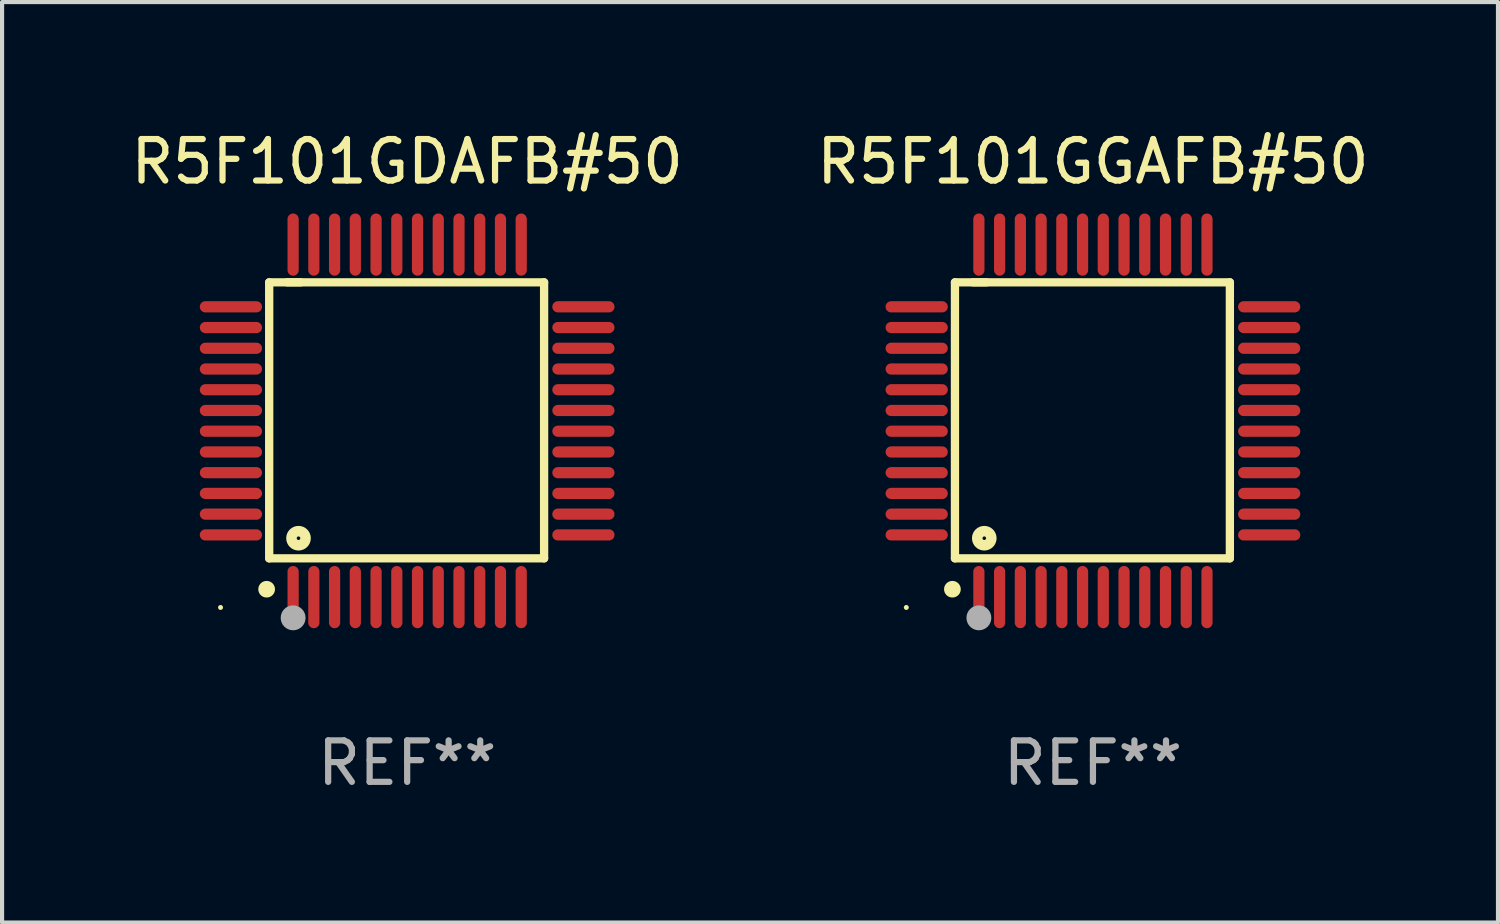
<source format=kicad_pcb>
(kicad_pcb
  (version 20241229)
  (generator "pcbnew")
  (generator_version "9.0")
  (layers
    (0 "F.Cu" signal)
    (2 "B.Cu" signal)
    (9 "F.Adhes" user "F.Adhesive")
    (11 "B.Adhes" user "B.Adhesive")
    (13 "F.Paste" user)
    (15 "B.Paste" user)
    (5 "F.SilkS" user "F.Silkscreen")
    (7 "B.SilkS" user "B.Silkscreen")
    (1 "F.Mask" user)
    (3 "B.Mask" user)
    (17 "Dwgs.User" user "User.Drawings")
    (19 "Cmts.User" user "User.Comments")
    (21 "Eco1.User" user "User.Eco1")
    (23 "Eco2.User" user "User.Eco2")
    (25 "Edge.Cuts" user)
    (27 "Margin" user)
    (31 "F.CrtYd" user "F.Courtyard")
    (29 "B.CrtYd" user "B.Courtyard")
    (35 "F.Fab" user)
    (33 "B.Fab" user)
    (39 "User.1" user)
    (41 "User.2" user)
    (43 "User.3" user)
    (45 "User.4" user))
  (footprint "R5F101GDAFB#50"
    (layer "F.Cu")
    (at 6.768 7.098)
    (property "Reference" "R5F101GDAFB#50" (at 0 -6.25 0) (layer "F.SilkS") (effects (font (size 1 1) (thickness 0.15))))
    (attr through_hole)
    (fp_line (start -3.327 -3.34) (end -2.565 -3.34) (stroke (width 0.2) (type solid)) (layer "F.SilkS"))
    (fp_line (start -3.327 3.315) (end -3.327 -3.34) (stroke (width 0.2) (type solid)) (layer "F.SilkS"))
    (fp_line (start -2.896 -3.34) (end 3.302 -3.34) (stroke (width 0.2) (type solid)) (layer "F.SilkS"))
    (fp_line (start 3.302 -3.34) (end 3.302 3.315) (stroke (width 0.2) (type solid)) (layer "F.SilkS"))
    (fp_line (start 3.302 3.315) (end -3.327 3.315) (stroke (width 0.2) (type solid)) (layer "F.SilkS"))
    (fp_arc (start -3.389992 4.059995) (mid -3.388722 4.059991) (end -3.387452 4.059995) (stroke (width 0.4) (type solid)) (layer "F.SilkS"))
    (fp_circle (center -4.5 4.5) (end -4.47 4.5) (stroke (width 0.06) (type solid)) (fill no) (layer "F.SilkS"))
    (fp_circle (center -2.62 2.83) (end -2.45 2.83) (stroke (width 0.254) (type solid)) (fill no) (layer "F.SilkS"))
    (fp_circle (center -2.75 4.75) (end -2.6 4.75) (stroke (width 0.3) (type solid)) (fill no) (layer "F.Fab"))
    (fp_text user "REF**" (at 0 8.25 0) (layer "F.Fab") (effects (font (size 1 1) (thickness 0.15))))
    (pad "1" smd oval (at -2.75 4.25) (size 0.27 1.5) (layers "F.Cu" "F.Mask" "F.Paste"))
    (pad "2" smd oval (at -2.25 4.25) (size 0.27 1.5) (layers "F.Cu" "F.Mask" "F.Paste"))
    (pad "3" smd oval (at -1.75 4.25) (size 0.27 1.5) (layers "F.Cu" "F.Mask" "F.Paste"))
    (pad "4" smd oval (at -1.25 4.25) (size 0.27 1.5) (layers "F.Cu" "F.Mask" "F.Paste"))
    (pad "5" smd oval (at -0.75 4.25) (size 0.27 1.5) (layers "F.Cu" "F.Mask" "F.Paste"))
    (pad "6" smd oval (at -0.25 4.25) (size 0.27 1.5) (layers "F.Cu" "F.Mask" "F.Paste"))
    (pad "7" smd oval (at 0.25 4.25) (size 0.27 1.5) (layers "F.Cu" "F.Mask" "F.Paste"))
    (pad "8" smd oval (at 0.75 4.25) (size 0.27 1.5) (layers "F.Cu" "F.Mask" "F.Paste"))
    (pad "9" smd oval (at 1.25 4.25) (size 0.27 1.5) (layers "F.Cu" "F.Mask" "F.Paste"))
    (pad "10" smd oval (at 1.75 4.25) (size 0.27 1.5) (layers "F.Cu" "F.Mask" "F.Paste"))
    (pad "11" smd oval (at 2.25 4.25) (size 0.27 1.5) (layers "F.Cu" "F.Mask" "F.Paste"))
    (pad "12" smd oval (at 2.75 4.25) (size 0.27 1.5) (layers "F.Cu" "F.Mask" "F.Paste"))
    (pad "13" smd oval (at 4.25 2.75) (size 1.5 0.27) (layers "F.Cu" "F.Mask" "F.Paste"))
    (pad "14" smd oval (at 4.25 2.25) (size 1.5 0.27) (layers "F.Cu" "F.Mask" "F.Paste"))
    (pad "15" smd oval (at 4.25 1.75) (size 1.5 0.27) (layers "F.Cu" "F.Mask" "F.Paste"))
    (pad "16" smd oval (at 4.25 1.25) (size 1.5 0.27) (layers "F.Cu" "F.Mask" "F.Paste"))
    (pad "17" smd oval (at 4.25 0.75) (size 1.5 0.27) (layers "F.Cu" "F.Mask" "F.Paste"))
    (pad "18" smd oval (at 4.25 0.25) (size 1.5 0.27) (layers "F.Cu" "F.Mask" "F.Paste"))
    (pad "19" smd oval (at 4.25 -0.25) (size 1.5 0.27) (layers "F.Cu" "F.Mask" "F.Paste"))
    (pad "20" smd oval (at 4.25 -0.75) (size 1.5 0.27) (layers "F.Cu" "F.Mask" "F.Paste"))
    (pad "21" smd oval (at 4.25 -1.25) (size 1.5 0.27) (layers "F.Cu" "F.Mask" "F.Paste"))
    (pad "22" smd oval (at 4.25 -1.75) (size 1.5 0.27) (layers "F.Cu" "F.Mask" "F.Paste"))
    (pad "23" smd oval (at 4.25 -2.25) (size 1.5 0.27) (layers "F.Cu" "F.Mask" "F.Paste"))
    (pad "24" smd oval (at 4.25 -2.75) (size 1.5 0.27) (layers "F.Cu" "F.Mask" "F.Paste"))
    (pad "25" smd oval (at 2.75 -4.25) (size 0.27 1.5) (layers "F.Cu" "F.Mask" "F.Paste"))
    (pad "26" smd oval (at 2.25 -4.25) (size 0.27 1.5) (layers "F.Cu" "F.Mask" "F.Paste"))
    (pad "27" smd oval (at 1.75 -4.25) (size 0.27 1.5) (layers "F.Cu" "F.Mask" "F.Paste"))
    (pad "28" smd oval (at 1.25 -4.25) (size 0.27 1.5) (layers "F.Cu" "F.Mask" "F.Paste"))
    (pad "29" smd oval (at 0.75 -4.25) (size 0.27 1.5) (layers "F.Cu" "F.Mask" "F.Paste"))
    (pad "30" smd oval (at 0.25 -4.25) (size 0.27 1.5) (layers "F.Cu" "F.Mask" "F.Paste"))
    (pad "31" smd oval (at -0.25 -4.25) (size 0.27 1.5) (layers "F.Cu" "F.Mask" "F.Paste"))
    (pad "32" smd oval (at -0.75 -4.25) (size 0.27 1.5) (layers "F.Cu" "F.Mask" "F.Paste"))
    (pad "33" smd oval (at -1.25 -4.25) (size 0.27 1.5) (layers "F.Cu" "F.Mask" "F.Paste"))
    (pad "34" smd oval (at -1.75 -4.25) (size 0.27 1.5) (layers "F.Cu" "F.Mask" "F.Paste"))
    (pad "35" smd oval (at -2.25 -4.25) (size 0.27 1.5) (layers "F.Cu" "F.Mask" "F.Paste"))
    (pad "36" smd oval (at -2.75 -4.25) (size 0.27 1.5) (layers "F.Cu" "F.Mask" "F.Paste"))
    (pad "37" smd oval (at -4.25 -2.75) (size 1.5 0.27) (layers "F.Cu" "F.Mask" "F.Paste"))
    (pad "38" smd oval (at -4.25 -2.25) (size 1.5 0.27) (layers "F.Cu" "F.Mask" "F.Paste"))
    (pad "39" smd oval (at -4.25 -1.75) (size 1.5 0.27) (layers "F.Cu" "F.Mask" "F.Paste"))
    (pad "40" smd oval (at -4.25 -1.25) (size 1.5 0.27) (layers "F.Cu" "F.Mask" "F.Paste"))
    (pad "41" smd oval (at -4.25 -0.75) (size 1.5 0.27) (layers "F.Cu" "F.Mask" "F.Paste"))
    (pad "42" smd oval (at -4.25 -0.25) (size 1.5 0.27) (layers "F.Cu" "F.Mask" "F.Paste"))
    (pad "43" smd oval (at -4.25 0.25) (size 1.5 0.27) (layers "F.Cu" "F.Mask" "F.Paste"))
    (pad "44" smd oval (at -4.25 0.75) (size 1.5 0.27) (layers "F.Cu" "F.Mask" "F.Paste"))
    (pad "45" smd oval (at -4.25 1.25) (size 1.5 0.27) (layers "F.Cu" "F.Mask" "F.Paste"))
    (pad "46" smd oval (at -4.25 1.75) (size 1.5 0.27) (layers "F.Cu" "F.Mask" "F.Paste"))
    (pad "47" smd oval (at -4.25 2.25) (size 1.5 0.27) (layers "F.Cu" "F.Mask" "F.Paste"))
    (pad "48" smd oval (at -4.25 2.75) (size 1.5 0.27) (layers "F.Cu" "F.Mask" "F.Paste")))
  (footprint "R5F101GGAFB#50"
    (layer "F.Cu")
    (at 23.304 7.098)
    (property "Reference" "R5F101GGAFB#50" (at 0 -6.25 0) (layer "F.SilkS") (effects (font (size 1 1) (thickness 0.15))))
    (attr through_hole)
    (fp_line (start -3.327 -3.34) (end -2.565 -3.34) (stroke (width 0.2) (type solid)) (layer "F.SilkS"))
    (fp_line (start -3.327 3.315) (end -3.327 -3.34) (stroke (width 0.2) (type solid)) (layer "F.SilkS"))
    (fp_line (start -2.896 -3.34) (end 3.302 -3.34) (stroke (width 0.2) (type solid)) (layer "F.SilkS"))
    (fp_line (start 3.302 -3.34) (end 3.302 3.315) (stroke (width 0.2) (type solid)) (layer "F.SilkS"))
    (fp_line (start 3.302 3.315) (end -3.327 3.315) (stroke (width 0.2) (type solid)) (layer "F.SilkS"))
    (fp_arc (start -3.389992 4.059995) (mid -3.388722 4.059991) (end -3.387452 4.059995) (stroke (width 0.4) (type solid)) (layer "F.SilkS"))
    (fp_circle (center -4.5 4.5) (end -4.47 4.5) (stroke (width 0.06) (type solid)) (fill no) (layer "F.SilkS"))
    (fp_circle (center -2.62 2.83) (end -2.45 2.83) (stroke (width 0.254) (type solid)) (fill no) (layer "F.SilkS"))
    (fp_circle (center -2.75 4.75) (end -2.6 4.75) (stroke (width 0.3) (type solid)) (fill no) (layer "F.Fab"))
    (fp_text user "REF**" (at 0 8.25 0) (layer "F.Fab") (effects (font (size 1 1) (thickness 0.15))))
    (pad "1" smd oval (at -2.75 4.25) (size 0.27 1.5) (layers "F.Cu" "F.Mask" "F.Paste"))
    (pad "2" smd oval (at -2.25 4.25) (size 0.27 1.5) (layers "F.Cu" "F.Mask" "F.Paste"))
    (pad "3" smd oval (at -1.75 4.25) (size 0.27 1.5) (layers "F.Cu" "F.Mask" "F.Paste"))
    (pad "4" smd oval (at -1.25 4.25) (size 0.27 1.5) (layers "F.Cu" "F.Mask" "F.Paste"))
    (pad "5" smd oval (at -0.75 4.25) (size 0.27 1.5) (layers "F.Cu" "F.Mask" "F.Paste"))
    (pad "6" smd oval (at -0.25 4.25) (size 0.27 1.5) (layers "F.Cu" "F.Mask" "F.Paste"))
    (pad "7" smd oval (at 0.25 4.25) (size 0.27 1.5) (layers "F.Cu" "F.Mask" "F.Paste"))
    (pad "8" smd oval (at 0.75 4.25) (size 0.27 1.5) (layers "F.Cu" "F.Mask" "F.Paste"))
    (pad "9" smd oval (at 1.25 4.25) (size 0.27 1.5) (layers "F.Cu" "F.Mask" "F.Paste"))
    (pad "10" smd oval (at 1.75 4.25) (size 0.27 1.5) (layers "F.Cu" "F.Mask" "F.Paste"))
    (pad "11" smd oval (at 2.25 4.25) (size 0.27 1.5) (layers "F.Cu" "F.Mask" "F.Paste"))
    (pad "12" smd oval (at 2.75 4.25) (size 0.27 1.5) (layers "F.Cu" "F.Mask" "F.Paste"))
    (pad "13" smd oval (at 4.25 2.75) (size 1.5 0.27) (layers "F.Cu" "F.Mask" "F.Paste"))
    (pad "14" smd oval (at 4.25 2.25) (size 1.5 0.27) (layers "F.Cu" "F.Mask" "F.Paste"))
    (pad "15" smd oval (at 4.25 1.75) (size 1.5 0.27) (layers "F.Cu" "F.Mask" "F.Paste"))
    (pad "16" smd oval (at 4.25 1.25) (size 1.5 0.27) (layers "F.Cu" "F.Mask" "F.Paste"))
    (pad "17" smd oval (at 4.25 0.75) (size 1.5 0.27) (layers "F.Cu" "F.Mask" "F.Paste"))
    (pad "18" smd oval (at 4.25 0.25) (size 1.5 0.27) (layers "F.Cu" "F.Mask" "F.Paste"))
    (pad "19" smd oval (at 4.25 -0.25) (size 1.5 0.27) (layers "F.Cu" "F.Mask" "F.Paste"))
    (pad "20" smd oval (at 4.25 -0.75) (size 1.5 0.27) (layers "F.Cu" "F.Mask" "F.Paste"))
    (pad "21" smd oval (at 4.25 -1.25) (size 1.5 0.27) (layers "F.Cu" "F.Mask" "F.Paste"))
    (pad "22" smd oval (at 4.25 -1.75) (size 1.5 0.27) (layers "F.Cu" "F.Mask" "F.Paste"))
    (pad "23" smd oval (at 4.25 -2.25) (size 1.5 0.27) (layers "F.Cu" "F.Mask" "F.Paste"))
    (pad "24" smd oval (at 4.25 -2.75) (size 1.5 0.27) (layers "F.Cu" "F.Mask" "F.Paste"))
    (pad "25" smd oval (at 2.75 -4.25) (size 0.27 1.5) (layers "F.Cu" "F.Mask" "F.Paste"))
    (pad "26" smd oval (at 2.25 -4.25) (size 0.27 1.5) (layers "F.Cu" "F.Mask" "F.Paste"))
    (pad "27" smd oval (at 1.75 -4.25) (size 0.27 1.5) (layers "F.Cu" "F.Mask" "F.Paste"))
    (pad "28" smd oval (at 1.25 -4.25) (size 0.27 1.5) (layers "F.Cu" "F.Mask" "F.Paste"))
    (pad "29" smd oval (at 0.75 -4.25) (size 0.27 1.5) (layers "F.Cu" "F.Mask" "F.Paste"))
    (pad "30" smd oval (at 0.25 -4.25) (size 0.27 1.5) (layers "F.Cu" "F.Mask" "F.Paste"))
    (pad "31" smd oval (at -0.25 -4.25) (size 0.27 1.5) (layers "F.Cu" "F.Mask" "F.Paste"))
    (pad "32" smd oval (at -0.75 -4.25) (size 0.27 1.5) (layers "F.Cu" "F.Mask" "F.Paste"))
    (pad "33" smd oval (at -1.25 -4.25) (size 0.27 1.5) (layers "F.Cu" "F.Mask" "F.Paste"))
    (pad "34" smd oval (at -1.75 -4.25) (size 0.27 1.5) (layers "F.Cu" "F.Mask" "F.Paste"))
    (pad "35" smd oval (at -2.25 -4.25) (size 0.27 1.5) (layers "F.Cu" "F.Mask" "F.Paste"))
    (pad "36" smd oval (at -2.75 -4.25) (size 0.27 1.5) (layers "F.Cu" "F.Mask" "F.Paste"))
    (pad "37" smd oval (at -4.25 -2.75) (size 1.5 0.27) (layers "F.Cu" "F.Mask" "F.Paste"))
    (pad "38" smd oval (at -4.25 -2.25) (size 1.5 0.27) (layers "F.Cu" "F.Mask" "F.Paste"))
    (pad "39" smd oval (at -4.25 -1.75) (size 1.5 0.27) (layers "F.Cu" "F.Mask" "F.Paste"))
    (pad "40" smd oval (at -4.25 -1.25) (size 1.5 0.27) (layers "F.Cu" "F.Mask" "F.Paste"))
    (pad "41" smd oval (at -4.25 -0.75) (size 1.5 0.27) (layers "F.Cu" "F.Mask" "F.Paste"))
    (pad "42" smd oval (at -4.25 -0.25) (size 1.5 0.27) (layers "F.Cu" "F.Mask" "F.Paste"))
    (pad "43" smd oval (at -4.25 0.25) (size 1.5 0.27) (layers "F.Cu" "F.Mask" "F.Paste"))
    (pad "44" smd oval (at -4.25 0.75) (size 1.5 0.27) (layers "F.Cu" "F.Mask" "F.Paste"))
    (pad "45" smd oval (at -4.25 1.25) (size 1.5 0.27) (layers "F.Cu" "F.Mask" "F.Paste"))
    (pad "46" smd oval (at -4.25 1.75) (size 1.5 0.27) (layers "F.Cu" "F.Mask" "F.Paste"))
    (pad "47" smd oval (at -4.25 2.25) (size 1.5 0.27) (layers "F.Cu" "F.Mask" "F.Paste"))
    (pad "48" smd oval (at -4.25 2.75) (size 1.5 0.27) (layers "F.Cu" "F.Mask" "F.Paste")))
  (gr_rect
    (start -3 -3)
    (end 33.071 19.196)
    (stroke (width 0.1) (type default))
    (fill no)
    (layer "Edge.Cuts")))
</source>
